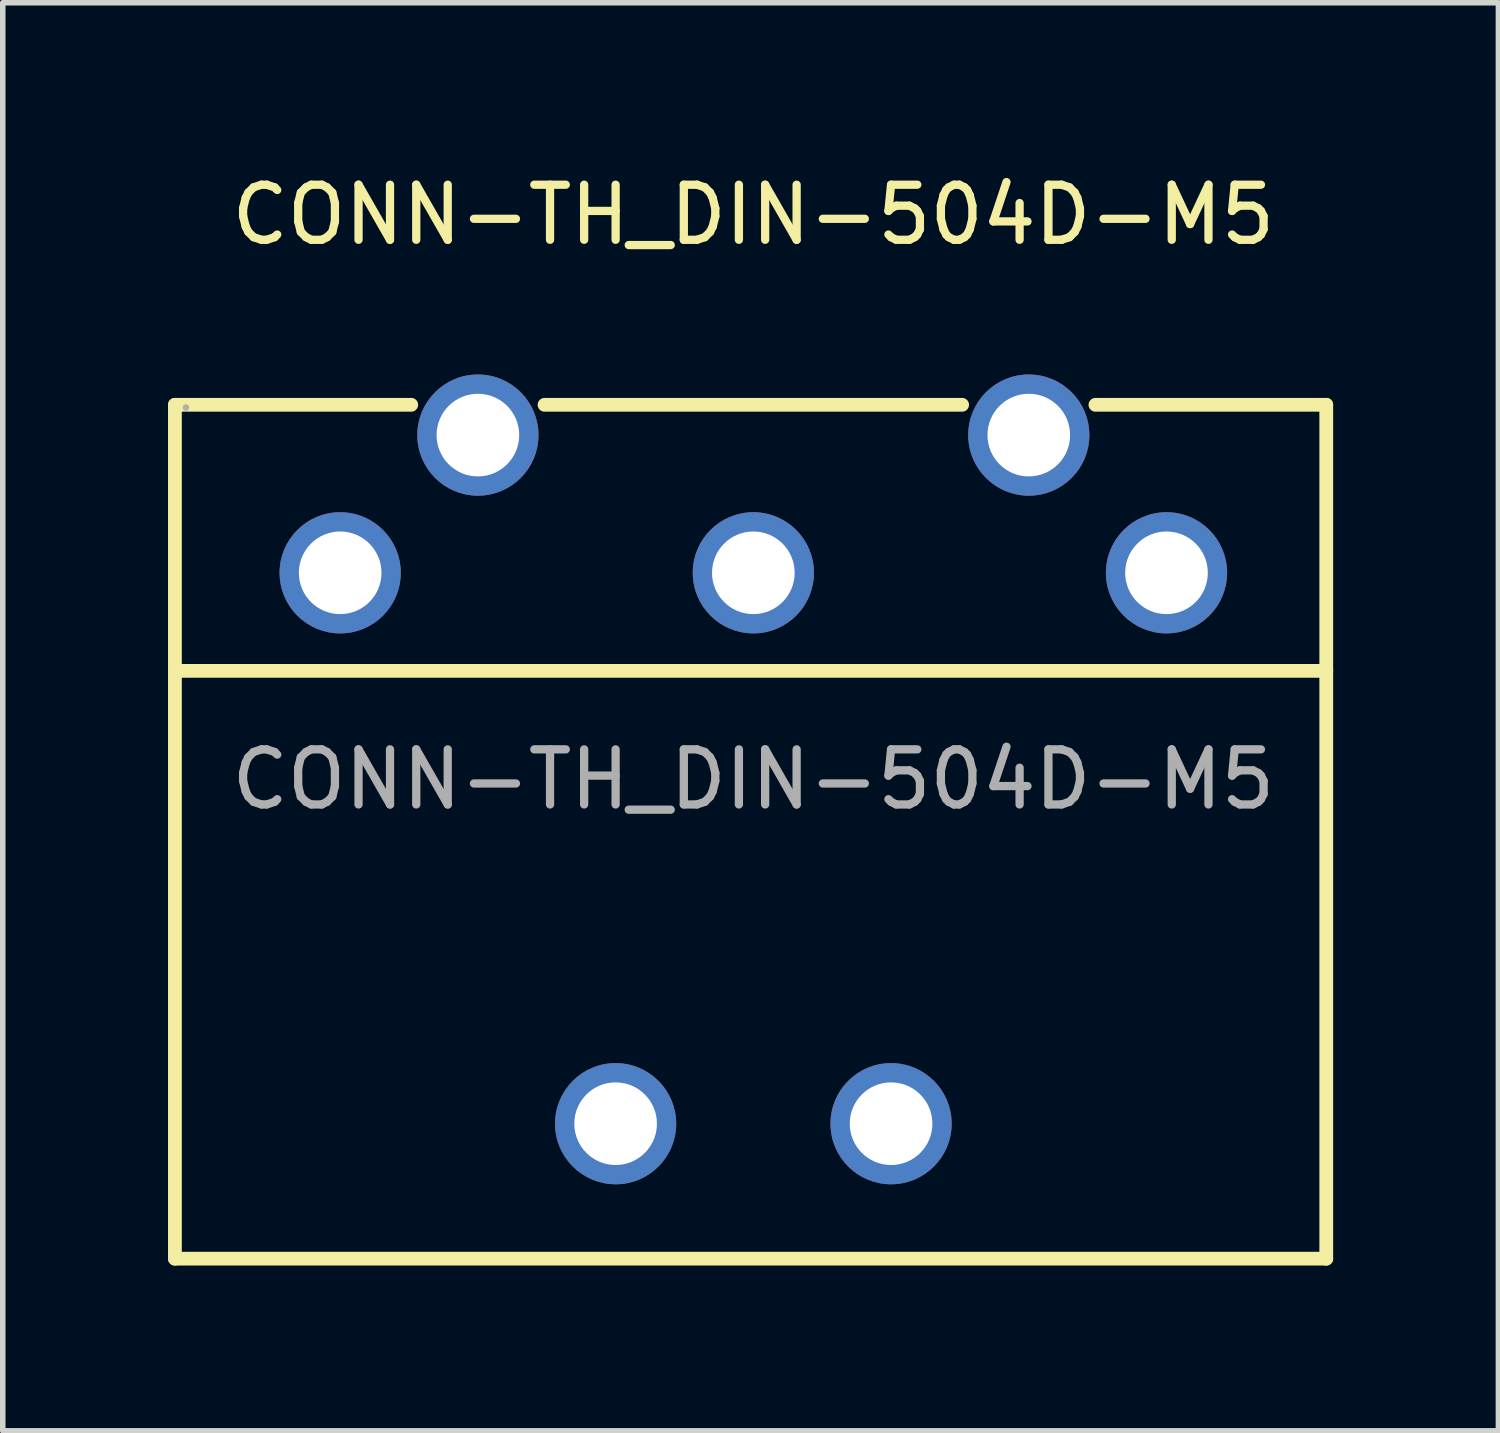
<source format=kicad_pcb>
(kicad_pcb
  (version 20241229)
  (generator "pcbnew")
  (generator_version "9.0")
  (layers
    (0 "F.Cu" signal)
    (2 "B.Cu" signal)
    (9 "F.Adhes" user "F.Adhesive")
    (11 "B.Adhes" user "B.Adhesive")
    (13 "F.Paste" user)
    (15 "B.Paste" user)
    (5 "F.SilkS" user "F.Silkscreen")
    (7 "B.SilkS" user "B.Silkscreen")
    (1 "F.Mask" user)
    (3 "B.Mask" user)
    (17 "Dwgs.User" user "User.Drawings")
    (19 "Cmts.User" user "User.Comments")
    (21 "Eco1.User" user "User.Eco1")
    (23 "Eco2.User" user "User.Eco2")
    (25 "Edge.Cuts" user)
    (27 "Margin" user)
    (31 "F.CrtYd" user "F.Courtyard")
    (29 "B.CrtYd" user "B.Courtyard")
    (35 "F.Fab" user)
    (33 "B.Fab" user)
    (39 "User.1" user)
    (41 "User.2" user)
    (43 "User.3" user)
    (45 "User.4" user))
  (footprint "CONN-TH_DIN-504D-M5"
    (layer "F.Cu")
    (at 10.625 11.098)
    (property "Reference" "CONN-TH_DIN-504D-M5" (at 0 -10.25 0) (layer "F.SilkS") (effects (font (size 1 1) (thickness 0.15))))
    (attr through_hole)
    (fp_line (start -10.5 -6.8) (end -6.21 -6.8) (stroke (width 0.25) (type solid)) (layer "F.SilkS"))
    (fp_line (start -10.5 -1.97) (end 10.4 -1.97) (stroke (width 0.25) (type solid)) (layer "F.SilkS"))
    (fp_line (start -10.5 8.7) (end -10.5 -6.8) (stroke (width 0.25) (type solid)) (layer "F.SilkS"))
    (fp_line (start -3.79 -6.8) (end 3.79 -6.8) (stroke (width 0.25) (type solid)) (layer "F.SilkS"))
    (fp_line (start 6.21 -6.8) (end 10.4 -6.8) (stroke (width 0.25) (type solid)) (layer "F.SilkS"))
    (fp_line (start 10.4 -6.8) (end 10.4 8.7) (stroke (width 0.25) (type solid)) (layer "F.SilkS"))
    (fp_line (start 10.4 8.7) (end -10.5 8.7) (stroke (width 0.25) (type solid)) (layer "F.SilkS"))
    (fp_circle (center -10.3 -6.75) (end -10.27 -6.75) (stroke (width 0.06) (type solid)) (fill no) (layer "F.Fab"))
    (fp_text user "${REFERENCE}" (at 0 0 0) (layer "F.Fab") (effects (font (size 1 1) (thickness 0.15))))
    (pad "1" thru_hole circle (at 7.5 -3.75) (size 2.2 2.2) (drill 1.5) (layers "*.Cu" "*.Mask"))
    (pad "2" thru_hole circle (at 0 -3.75) (size 2.2 2.2) (drill 1.5) (layers "*.Cu" "*.Mask"))
    (pad "3" thru_hole circle (at -7.5 -3.75) (size 2.2 2.2) (drill 1.5) (layers "*.Cu" "*.Mask"))
    (pad "4" thru_hole circle (at 5 -6.25) (size 2.2 2.2) (drill 1.5) (layers "*.Cu" "*.Mask"))
    (pad "5" thru_hole circle (at -5 -6.25) (size 2.2 2.2) (drill 1.5) (layers "*.Cu" "*.Mask"))
    (pad "6" thru_hole circle (at -2.5 6.25) (size 2.2 2.2) (drill 1.5) (layers "*.Cu" "*.Mask"))
    (pad "7" thru_hole circle (at 2.5 6.25) (size 2.2 2.2) (drill 1.5) (layers "*.Cu" "*.Mask")))
  (gr_rect
    (start -3 -3)
    (end 24.15 22.923)
    (stroke (width 0.1) (type default))
    (fill no)
    (layer "Edge.Cuts")))
</source>
